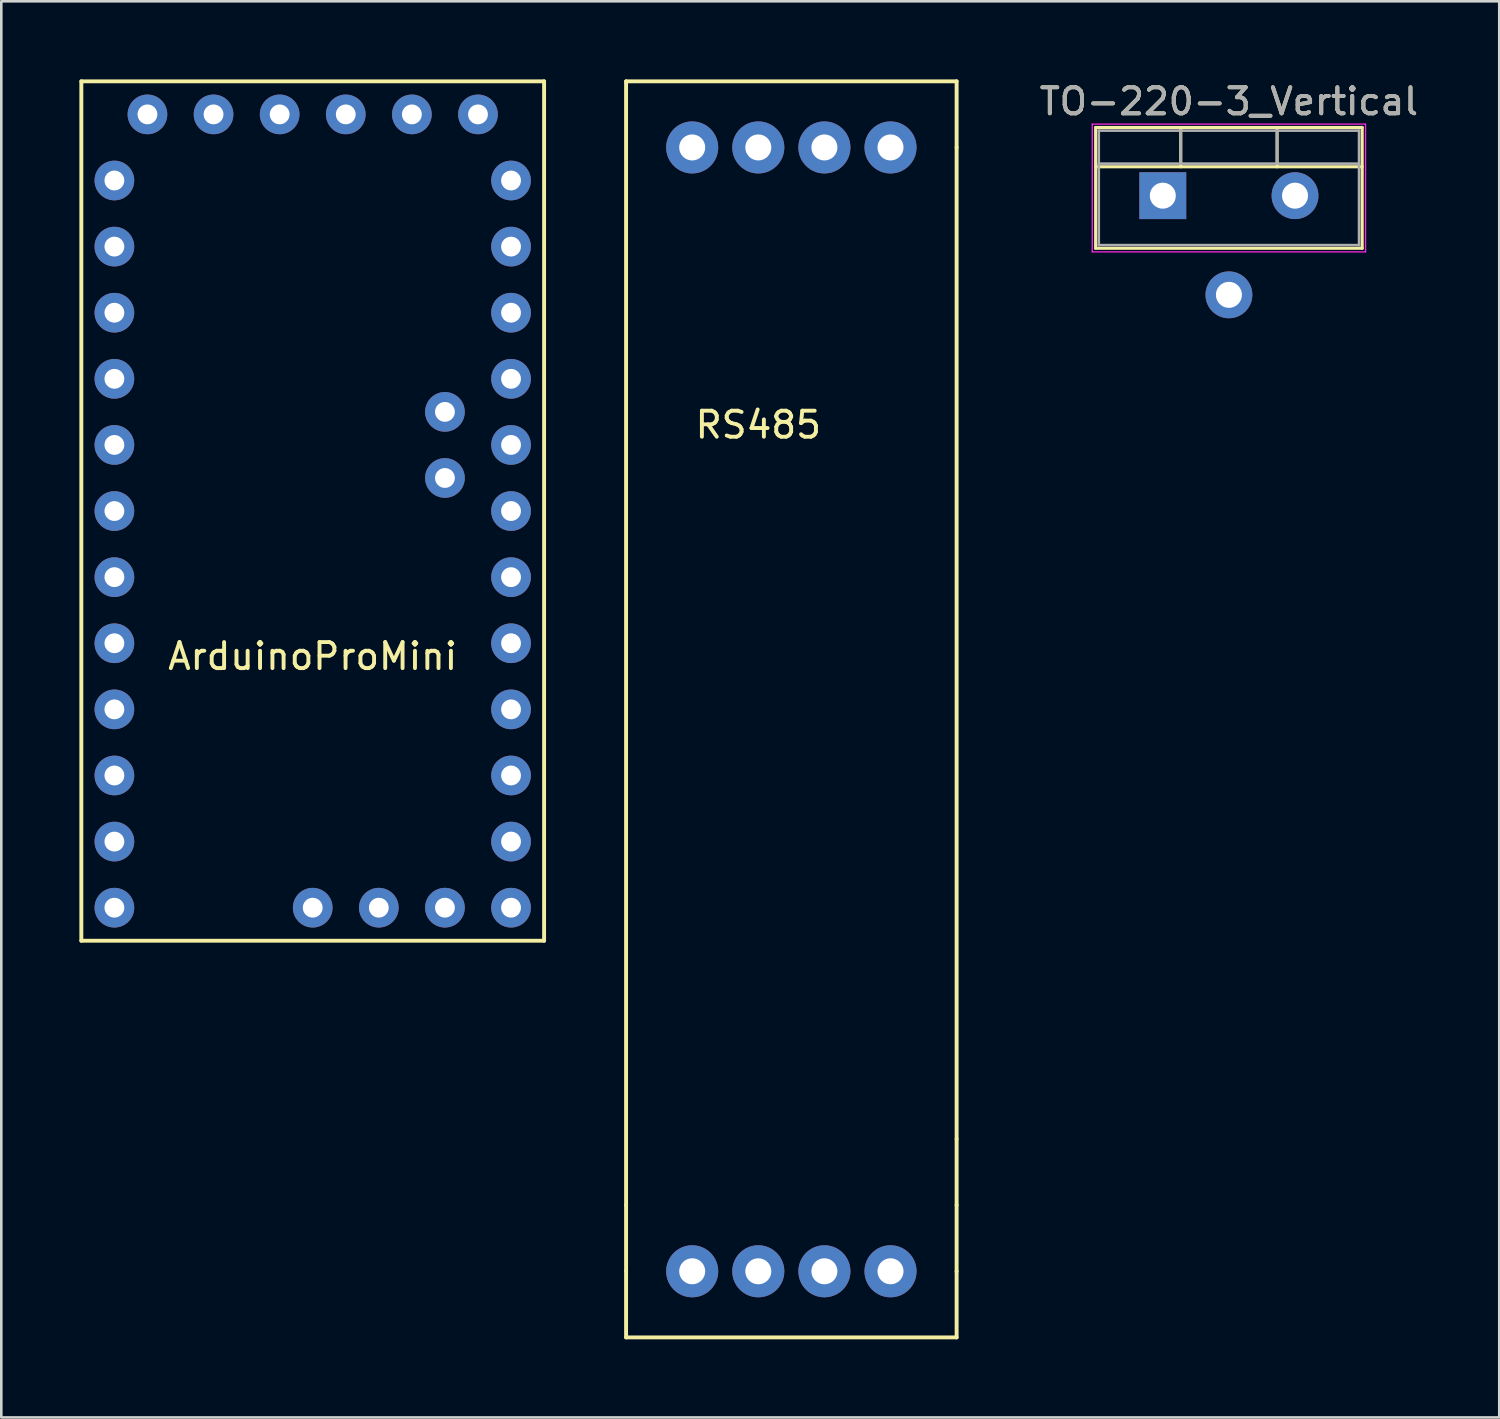
<source format=kicad_pcb>
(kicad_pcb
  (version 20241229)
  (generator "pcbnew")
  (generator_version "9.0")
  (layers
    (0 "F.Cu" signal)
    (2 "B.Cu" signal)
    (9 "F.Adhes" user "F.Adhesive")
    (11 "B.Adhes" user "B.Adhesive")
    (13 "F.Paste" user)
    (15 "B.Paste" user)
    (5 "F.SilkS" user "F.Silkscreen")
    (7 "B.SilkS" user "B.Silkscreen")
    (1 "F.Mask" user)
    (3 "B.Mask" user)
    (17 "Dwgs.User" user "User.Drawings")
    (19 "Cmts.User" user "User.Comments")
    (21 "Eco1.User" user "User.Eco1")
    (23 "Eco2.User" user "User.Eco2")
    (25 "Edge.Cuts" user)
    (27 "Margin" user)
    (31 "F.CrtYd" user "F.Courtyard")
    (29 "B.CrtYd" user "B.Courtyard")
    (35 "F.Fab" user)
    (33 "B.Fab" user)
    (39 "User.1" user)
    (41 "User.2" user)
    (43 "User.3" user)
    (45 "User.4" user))
  (footprint "TO-220-3_Vertical"
    (layer "F.Cu")
    (at 41.627 4.468)
    (property "Reference" "TO-220-3_Vertical" (at 2.54 -3.62 0) (layer "F.SilkS") (effects (font (size 1 1) (thickness 0.15))))
    (attr through_hole)
    (fp_line (start -2.58 -2.62) (end -2.58 2.021) (stroke (width 0.12) (type solid)) (layer "F.SilkS"))
    (fp_line (start -2.58 -2.62) (end 7.66 -2.62) (stroke (width 0.12) (type solid)) (layer "F.SilkS"))
    (fp_line (start -2.58 -1.11) (end 7.66 -1.11) (stroke (width 0.12) (type solid)) (layer "F.SilkS"))
    (fp_line (start -2.58 2.021) (end 7.66 2.021) (stroke (width 0.12) (type solid)) (layer "F.SilkS"))
    (fp_line (start 0.69 -2.62) (end 0.69 -1.11) (stroke (width 0.12) (type solid)) (layer "F.SilkS"))
    (fp_line (start 4.391 -2.62) (end 4.391 -1.11) (stroke (width 0.12) (type solid)) (layer "F.SilkS"))
    (fp_line (start 7.66 -2.62) (end 7.66 2.021) (stroke (width 0.12) (type solid)) (layer "F.SilkS"))
    (fp_line (start -2.71 -2.75) (end -2.71 2.16) (stroke (width 0.05) (type solid)) (layer "F.CrtYd"))
    (fp_line (start -2.71 2.16) (end 7.79 2.16) (stroke (width 0.05) (type solid)) (layer "F.CrtYd"))
    (fp_line (start 7.79 -2.75) (end -2.71 -2.75) (stroke (width 0.05) (type solid)) (layer "F.CrtYd"))
    (fp_line (start 7.79 2.16) (end 7.79 -2.75) (stroke (width 0.05) (type solid)) (layer "F.CrtYd"))
    (fp_line (start -2.46 -2.5) (end -2.46 1.9) (stroke (width 0.1) (type solid)) (layer "F.Fab"))
    (fp_line (start -2.46 -1.23) (end 7.54 -1.23) (stroke (width 0.1) (type solid)) (layer "F.Fab"))
    (fp_line (start -2.46 1.9) (end 7.54 1.9) (stroke (width 0.1) (type solid)) (layer "F.Fab"))
    (fp_line (start 0.69 -2.5) (end 0.69 -1.23) (stroke (width 0.1) (type solid)) (layer "F.Fab"))
    (fp_line (start 4.39 -2.5) (end 4.39 -1.23) (stroke (width 0.1) (type solid)) (layer "F.Fab"))
    (fp_line (start 7.54 -2.5) (end -2.46 -2.5) (stroke (width 0.1) (type solid)) (layer "F.Fab"))
    (fp_line (start 7.54 1.9) (end 7.54 -2.5) (stroke (width 0.1) (type solid)) (layer "F.Fab"))
    (fp_text user "${REFERENCE}" (at 2.54 -3.62 0) (layer "F.Fab") (effects (font (size 1 1) (thickness 0.15))))
    (pad "1" thru_hole rect (at 0 0) (size 1.8 1.8) (drill 1) (layers "*.Cu" "*.Mask"))
    (pad "2" thru_hole oval (at 2.54 3.81) (size 1.8 1.8) (drill 1) (layers "*.Cu" "*.Mask"))
    (pad "3" thru_hole oval (at 5.08 0) (size 1.8 1.8) (drill 1) (layers "*.Cu" "*.Mask")))
  (footprint "ArduinoProMini"
    (layer "F.Cu")
    (at 8.965 21.665)
    (property "Reference" "ArduinoProMini" (at 0 0.5 0) (layer "F.SilkS") (effects (font (size 1 1) (thickness 0.15))))
    (attr through_hole)
    (fp_line (start -8.89 -21.59) (end 8.89 -21.59) (stroke (width 0.15) (type solid)) (layer "F.SilkS"))
    (fp_line (start -8.89 11.43) (end -8.89 -21.59) (stroke (width 0.15) (type solid)) (layer "F.SilkS"))
    (fp_line (start 8.89 -21.59) (end 8.89 11.43) (stroke (width 0.15) (type solid)) (layer "F.SilkS"))
    (fp_line (start 8.89 11.43) (end -8.89 11.43) (stroke (width 0.15) (type solid)) (layer "F.SilkS"))
    (pad "1" thru_hole circle (at -6.35 -20.32) (size 1.524 1.524) (drill 0.762) (layers "*.Cu" "*.Mask"))
    (pad "2" thru_hole circle (at -3.81 -20.32) (size 1.524 1.524) (drill 0.762) (layers "*.Cu" "*.Mask"))
    (pad "3" thru_hole circle (at -1.27 -20.32) (size 1.524 1.524) (drill 0.762) (layers "*.Cu" "*.Mask"))
    (pad "4" thru_hole circle (at 1.27 -20.32) (size 1.524 1.524) (drill 0.762) (layers "*.Cu" "*.Mask"))
    (pad "5" thru_hole circle (at 3.81 -20.32) (size 1.524 1.524) (drill 0.762) (layers "*.Cu" "*.Mask"))
    (pad "6" thru_hole circle (at 6.35 -20.32) (size 1.524 1.524) (drill 0.762) (layers "*.Cu" "*.Mask"))
    (pad "7" thru_hole circle (at 7.62 -17.78) (size 1.524 1.524) (drill 0.762) (layers "*.Cu" "*.Mask"))
    (pad "8" thru_hole circle (at 7.62 -15.24) (size 1.524 1.524) (drill 0.762) (layers "*.Cu" "*.Mask"))
    (pad "9" thru_hole circle (at 7.62 -12.7) (size 1.524 1.524) (drill 0.762) (layers "*.Cu" "*.Mask"))
    (pad "10" thru_hole circle (at 7.62 -10.16) (size 1.524 1.524) (drill 0.762) (layers "*.Cu" "*.Mask"))
    (pad "11" thru_hole circle (at 7.62 -7.62) (size 1.524 1.524) (drill 0.762) (layers "*.Cu" "*.Mask"))
    (pad "12" thru_hole circle (at 7.62 -5.08) (size 1.524 1.524) (drill 0.762) (layers "*.Cu" "*.Mask"))
    (pad "13" thru_hole circle (at 7.62 -2.54) (size 1.524 1.524) (drill 0.762) (layers "*.Cu" "*.Mask"))
    (pad "14" thru_hole circle (at 7.62 0) (size 1.524 1.524) (drill 0.762) (layers "*.Cu" "*.Mask"))
    (pad "15" thru_hole circle (at 7.62 2.54) (size 1.524 1.524) (drill 0.762) (layers "*.Cu" "*.Mask"))
    (pad "16" thru_hole circle (at 7.62 5.08) (size 1.524 1.524) (drill 0.762) (layers "*.Cu" "*.Mask"))
    (pad "17" thru_hole circle (at 7.62 7.62) (size 1.524 1.524) (drill 0.762) (layers "*.Cu" "*.Mask"))
    (pad "18" thru_hole circle (at 7.62 10.16) (size 1.524 1.524) (drill 0.762) (layers "*.Cu" "*.Mask"))
    (pad "19" thru_hole circle (at 5.08 10.16) (size 1.524 1.524) (drill 0.762) (layers "*.Cu" "*.Mask"))
    (pad "20" thru_hole circle (at 2.54 10.16) (size 1.524 1.524) (drill 0.762) (layers "*.Cu" "*.Mask"))
    (pad "21" thru_hole circle (at 0 10.16) (size 1.524 1.524) (drill 0.762) (layers "*.Cu" "*.Mask"))
    (pad "22" thru_hole circle (at 5.08 -8.89) (size 1.524 1.524) (drill 0.762) (layers "*.Cu" "*.Mask"))
    (pad "23" thru_hole circle (at 5.08 -6.35) (size 1.524 1.524) (drill 0.762) (layers "*.Cu" "*.Mask"))
    (pad "24" thru_hole circle (at -7.62 10.16) (size 1.524 1.524) (drill 0.762) (layers "*.Cu" "*.Mask"))
    (pad "25" thru_hole circle (at -7.62 7.62) (size 1.524 1.524) (drill 0.762) (layers "*.Cu" "*.Mask"))
    (pad "26" thru_hole circle (at -7.62 5.08) (size 1.524 1.524) (drill 0.762) (layers "*.Cu" "*.Mask"))
    (pad "27" thru_hole circle (at -7.62 2.54) (size 1.524 1.524) (drill 0.762) (layers "*.Cu" "*.Mask"))
    (pad "28" thru_hole circle (at -7.62 0) (size 1.524 1.524) (drill 0.762) (layers "*.Cu" "*.Mask"))
    (pad "29" thru_hole circle (at -7.62 -2.54) (size 1.524 1.524) (drill 0.762) (layers "*.Cu" "*.Mask"))
    (pad "30" thru_hole circle (at -7.62 -5.08) (size 1.524 1.524) (drill 0.762) (layers "*.Cu" "*.Mask"))
    (pad "31" thru_hole circle (at -7.62 -7.62) (size 1.524 1.524) (drill 0.762) (layers "*.Cu" "*.Mask"))
    (pad "32" thru_hole circle (at -7.62 -10.16) (size 1.524 1.524) (drill 0.762) (layers "*.Cu" "*.Mask"))
    (pad "33" thru_hole circle (at -7.62 -12.7) (size 1.524 1.524) (drill 0.762) (layers "*.Cu" "*.Mask"))
    (pad "34" thru_hole circle (at -7.62 -15.24) (size 1.524 1.524) (drill 0.762) (layers "*.Cu" "*.Mask"))
    (pad "35" thru_hole circle (at -7.62 -17.78) (size 1.524 1.524) (drill 0.762) (layers "*.Cu" "*.Mask")))
  (footprint "RS485"
    (layer "F.Cu")
    (at 26.085 2.615)
    (property "Reference" "RS485" (at 0 10.66 0) (layer "F.SilkS") (effects (font (size 1 1) (thickness 0.15))))
    (attr through_hole)
    (fp_line (start -5.08 -2.54) (end -5.08 40.64) (stroke (width 0.15) (type solid)) (layer "F.SilkS"))
    (fp_line (start -5.08 -2.54) (end 7.62 -2.54) (stroke (width 0.15) (type solid)) (layer "F.SilkS"))
    (fp_line (start -5.08 40.64) (end -5.08 43.18) (stroke (width 0.15) (type solid)) (layer "F.SilkS"))
    (fp_line (start -5.08 45.72) (end -5.08 43.18) (stroke (width 0.15) (type solid)) (layer "F.SilkS"))
    (fp_line (start 7.62 -2.54) (end 7.62 0) (stroke (width 0.15) (type solid)) (layer "F.SilkS"))
    (fp_line (start 7.62 38.1) (end 7.62 0) (stroke (width 0.15) (type solid)) (layer "F.SilkS"))
    (fp_line (start 7.62 38.1) (end 7.62 40.64) (stroke (width 0.15) (type solid)) (layer "F.SilkS"))
    (fp_line (start 7.62 43.18) (end 7.62 40.64) (stroke (width 0.15) (type solid)) (layer "F.SilkS"))
    (fp_line (start 7.62 43.18) (end 7.62 45.72) (stroke (width 0.15) (type solid)) (layer "F.SilkS"))
    (fp_line (start 7.62 45.72) (end -5.08 45.72) (stroke (width 0.15) (type solid)) (layer "F.SilkS"))
    (pad "1" thru_hole circle (at -2.54 0) (size 2 2) (drill 1) (layers "*.Cu" "*.Mask"))
    (pad "2" thru_hole circle (at 0 0) (size 2 2) (drill 1) (layers "*.Cu" "*.Mask"))
    (pad "3" thru_hole circle (at 2.54 0) (size 2 2) (drill 1) (layers "*.Cu" "*.Mask"))
    (pad "4" thru_hole circle (at 5.08 0) (size 2 2) (drill 1) (layers "*.Cu" "*.Mask"))
    (pad "5" thru_hole circle (at 5.08 43.18) (size 2 2) (drill 1) (layers "*.Cu" "*.Mask"))
    (pad "6" thru_hole circle (at 2.54 43.18) (size 2 2) (drill 1) (layers "*.Cu" "*.Mask"))
    (pad "7" thru_hole circle (at 0 43.18) (size 2 2) (drill 1) (layers "*.Cu" "*.Mask"))
    (pad "8" thru_hole circle (at -2.54 43.18) (size 2 2) (drill 1) (layers "*.Cu" "*.Mask")))
  (gr_rect
    (start -3 -3)
    (end 54.554 51.41)
    (stroke (width 0.1) (type default))
    (fill no)
    (layer "Edge.Cuts")))
</source>
